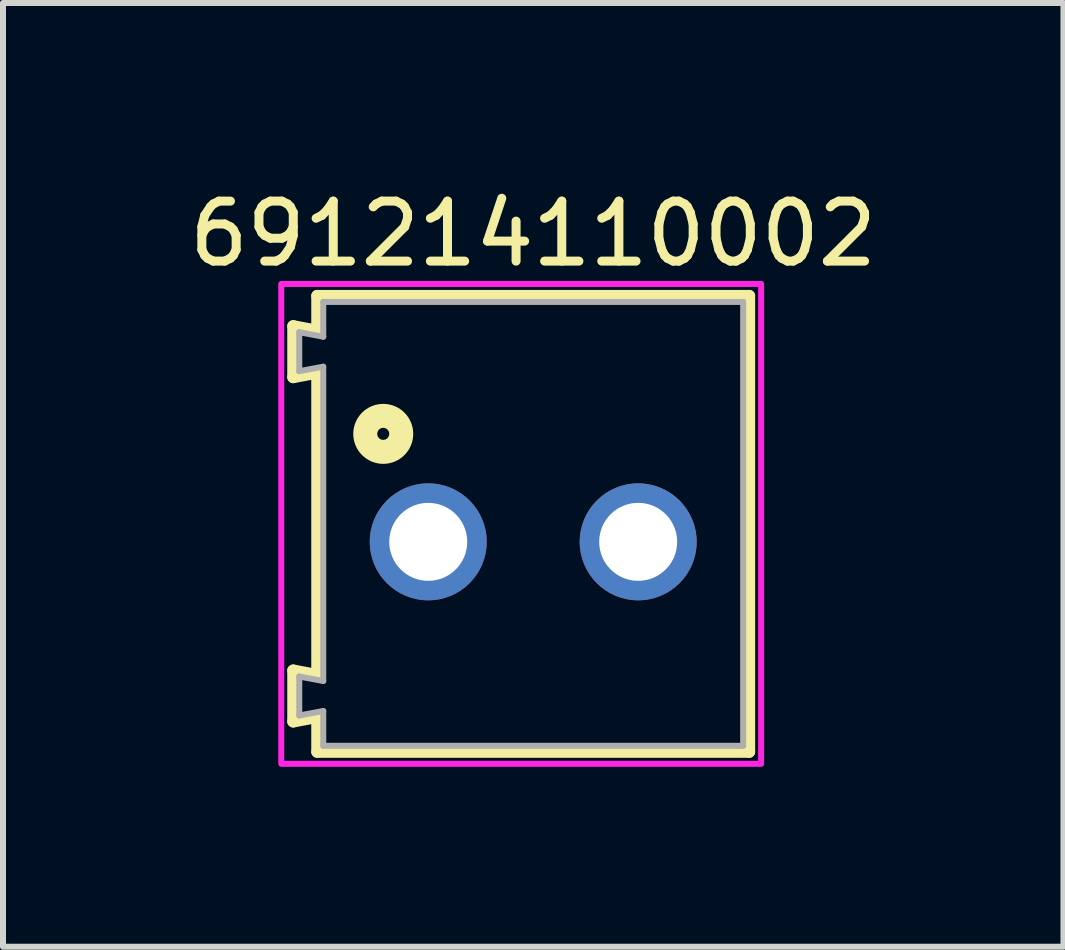
<source format=kicad_pcb>
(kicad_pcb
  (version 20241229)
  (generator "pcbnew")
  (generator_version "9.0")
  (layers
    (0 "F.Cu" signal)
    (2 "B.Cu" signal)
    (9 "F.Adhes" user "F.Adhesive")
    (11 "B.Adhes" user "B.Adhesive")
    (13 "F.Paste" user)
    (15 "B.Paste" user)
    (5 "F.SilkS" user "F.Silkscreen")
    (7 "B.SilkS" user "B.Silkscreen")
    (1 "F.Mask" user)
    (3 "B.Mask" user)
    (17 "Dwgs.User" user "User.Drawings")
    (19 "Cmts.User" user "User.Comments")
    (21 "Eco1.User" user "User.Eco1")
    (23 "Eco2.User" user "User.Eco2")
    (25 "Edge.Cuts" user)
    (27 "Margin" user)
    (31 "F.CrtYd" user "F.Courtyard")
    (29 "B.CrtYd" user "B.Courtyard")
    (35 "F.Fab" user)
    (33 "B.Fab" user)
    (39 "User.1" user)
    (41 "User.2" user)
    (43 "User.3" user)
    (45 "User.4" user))
  (footprint "691214110002"
    (layer "F.Cu")
    (at 5.839 5.983)
    (property "Reference" "691214110002" (at 0 -5.135 0) (layer "F.SilkS") (effects (font (size 1 1) (thickness 0.15))))
    (attr through_hole)
    (fp_line (start -4 -3.595) (end -3.6 -3.52) (stroke (width 0.2) (type solid)) (layer "F.SilkS"))
    (fp_line (start -4 -2.745) (end -4 -3.595) (stroke (width 0.2) (type solid)) (layer "F.SilkS"))
    (fp_line (start -4 2.145) (end -3.6 2.22) (stroke (width 0.2) (type solid)) (layer "F.SilkS"))
    (fp_line (start -4 2.995) (end -4 2.145) (stroke (width 0.2) (type solid)) (layer "F.SilkS"))
    (fp_line (start -3.6 -4.1) (end 3.6 -4.1) (stroke (width 0.2) (type solid)) (layer "F.SilkS"))
    (fp_line (start -3.6 -3.52) (end -3.6 -4.1) (stroke (width 0.2) (type solid)) (layer "F.SilkS"))
    (fp_line (start -3.6 -2.82) (end -4 -2.745) (stroke (width 0.2) (type solid)) (layer "F.SilkS"))
    (fp_line (start -3.6 2.22) (end -3.6 -2.82) (stroke (width 0.2) (type solid)) (layer "F.SilkS"))
    (fp_line (start -3.6 2.92) (end -4 2.995) (stroke (width 0.2) (type solid)) (layer "F.SilkS"))
    (fp_line (start -3.6 3.5) (end -3.6 2.92) (stroke (width 0.2) (type solid)) (layer "F.SilkS"))
    (fp_line (start 3.6 -4.1) (end 3.6 3.5) (stroke (width 0.2) (type solid)) (layer "F.SilkS"))
    (fp_line (start 3.6 3.5) (end -3.6 3.5) (stroke (width 0.2) (type solid)) (layer "F.SilkS"))
    (fp_circle (center -2.5 -1.8) (end -2.4 -1.8) (stroke (width 0.4) (type solid)) (fill no) (layer "F.SilkS"))
    (fp_poly (pts (xy -4.2 -4.3) (xy 3.8 -4.3) (xy 3.8 3.7) (xy -4.2 3.7)) (stroke (width 0.1) (type solid)) (fill no) (layer "F.CrtYd"))
    (fp_line (start -3.9 -3.495) (end -3.9 -2.845) (stroke (width 0.1) (type solid)) (layer "F.Fab"))
    (fp_line (start -3.9 -2.845) (end -3.5 -2.92) (stroke (width 0.1) (type solid)) (layer "F.Fab"))
    (fp_line (start -3.9 2.245) (end -3.9 2.895) (stroke (width 0.1) (type solid)) (layer "F.Fab"))
    (fp_line (start -3.9 2.245) (end -3.5 2.32) (stroke (width 0.1) (type solid)) (layer "F.Fab"))
    (fp_line (start -3.9 2.895) (end -3.5 2.82) (stroke (width 0.1) (type solid)) (layer "F.Fab"))
    (fp_line (start -3.5 -4) (end -3.5 -3.42) (stroke (width 0.1) (type solid)) (layer "F.Fab"))
    (fp_line (start -3.5 -3.42) (end -3.9 -3.495) (stroke (width 0.1) (type solid)) (layer "F.Fab"))
    (fp_line (start -3.5 -2.92) (end -3.5 2.32) (stroke (width 0.1) (type solid)) (layer "F.Fab"))
    (fp_line (start -3.5 2.82) (end -3.5 3.4) (stroke (width 0.1) (type solid)) (layer "F.Fab"))
    (fp_line (start -3.5 3.4) (end 3.5 3.4) (stroke (width 0.1) (type solid)) (layer "F.Fab"))
    (fp_line (start 3.5 -4) (end -3.5 -4) (stroke (width 0.1) (type solid)) (layer "F.Fab"))
    (fp_line (start 3.5 3.4) (end 3.5 -4) (stroke (width 0.1) (type solid)) (layer "F.Fab"))
    (pad "1" thru_hole circle (at -1.75 0) (size 1.95 1.95) (drill 1.3) (layers "*.Cu" "*.Mask"))
    (pad "2" thru_hole circle (at 1.75 0) (size 1.95 1.95) (drill 1.3) (layers "*.Cu" "*.Mask")))
  (gr_rect
    (start -3 -3)
    (end 14.679 12.733)
    (stroke (width 0.1) (type default))
    (fill no)
    (layer "Edge.Cuts")))
</source>
